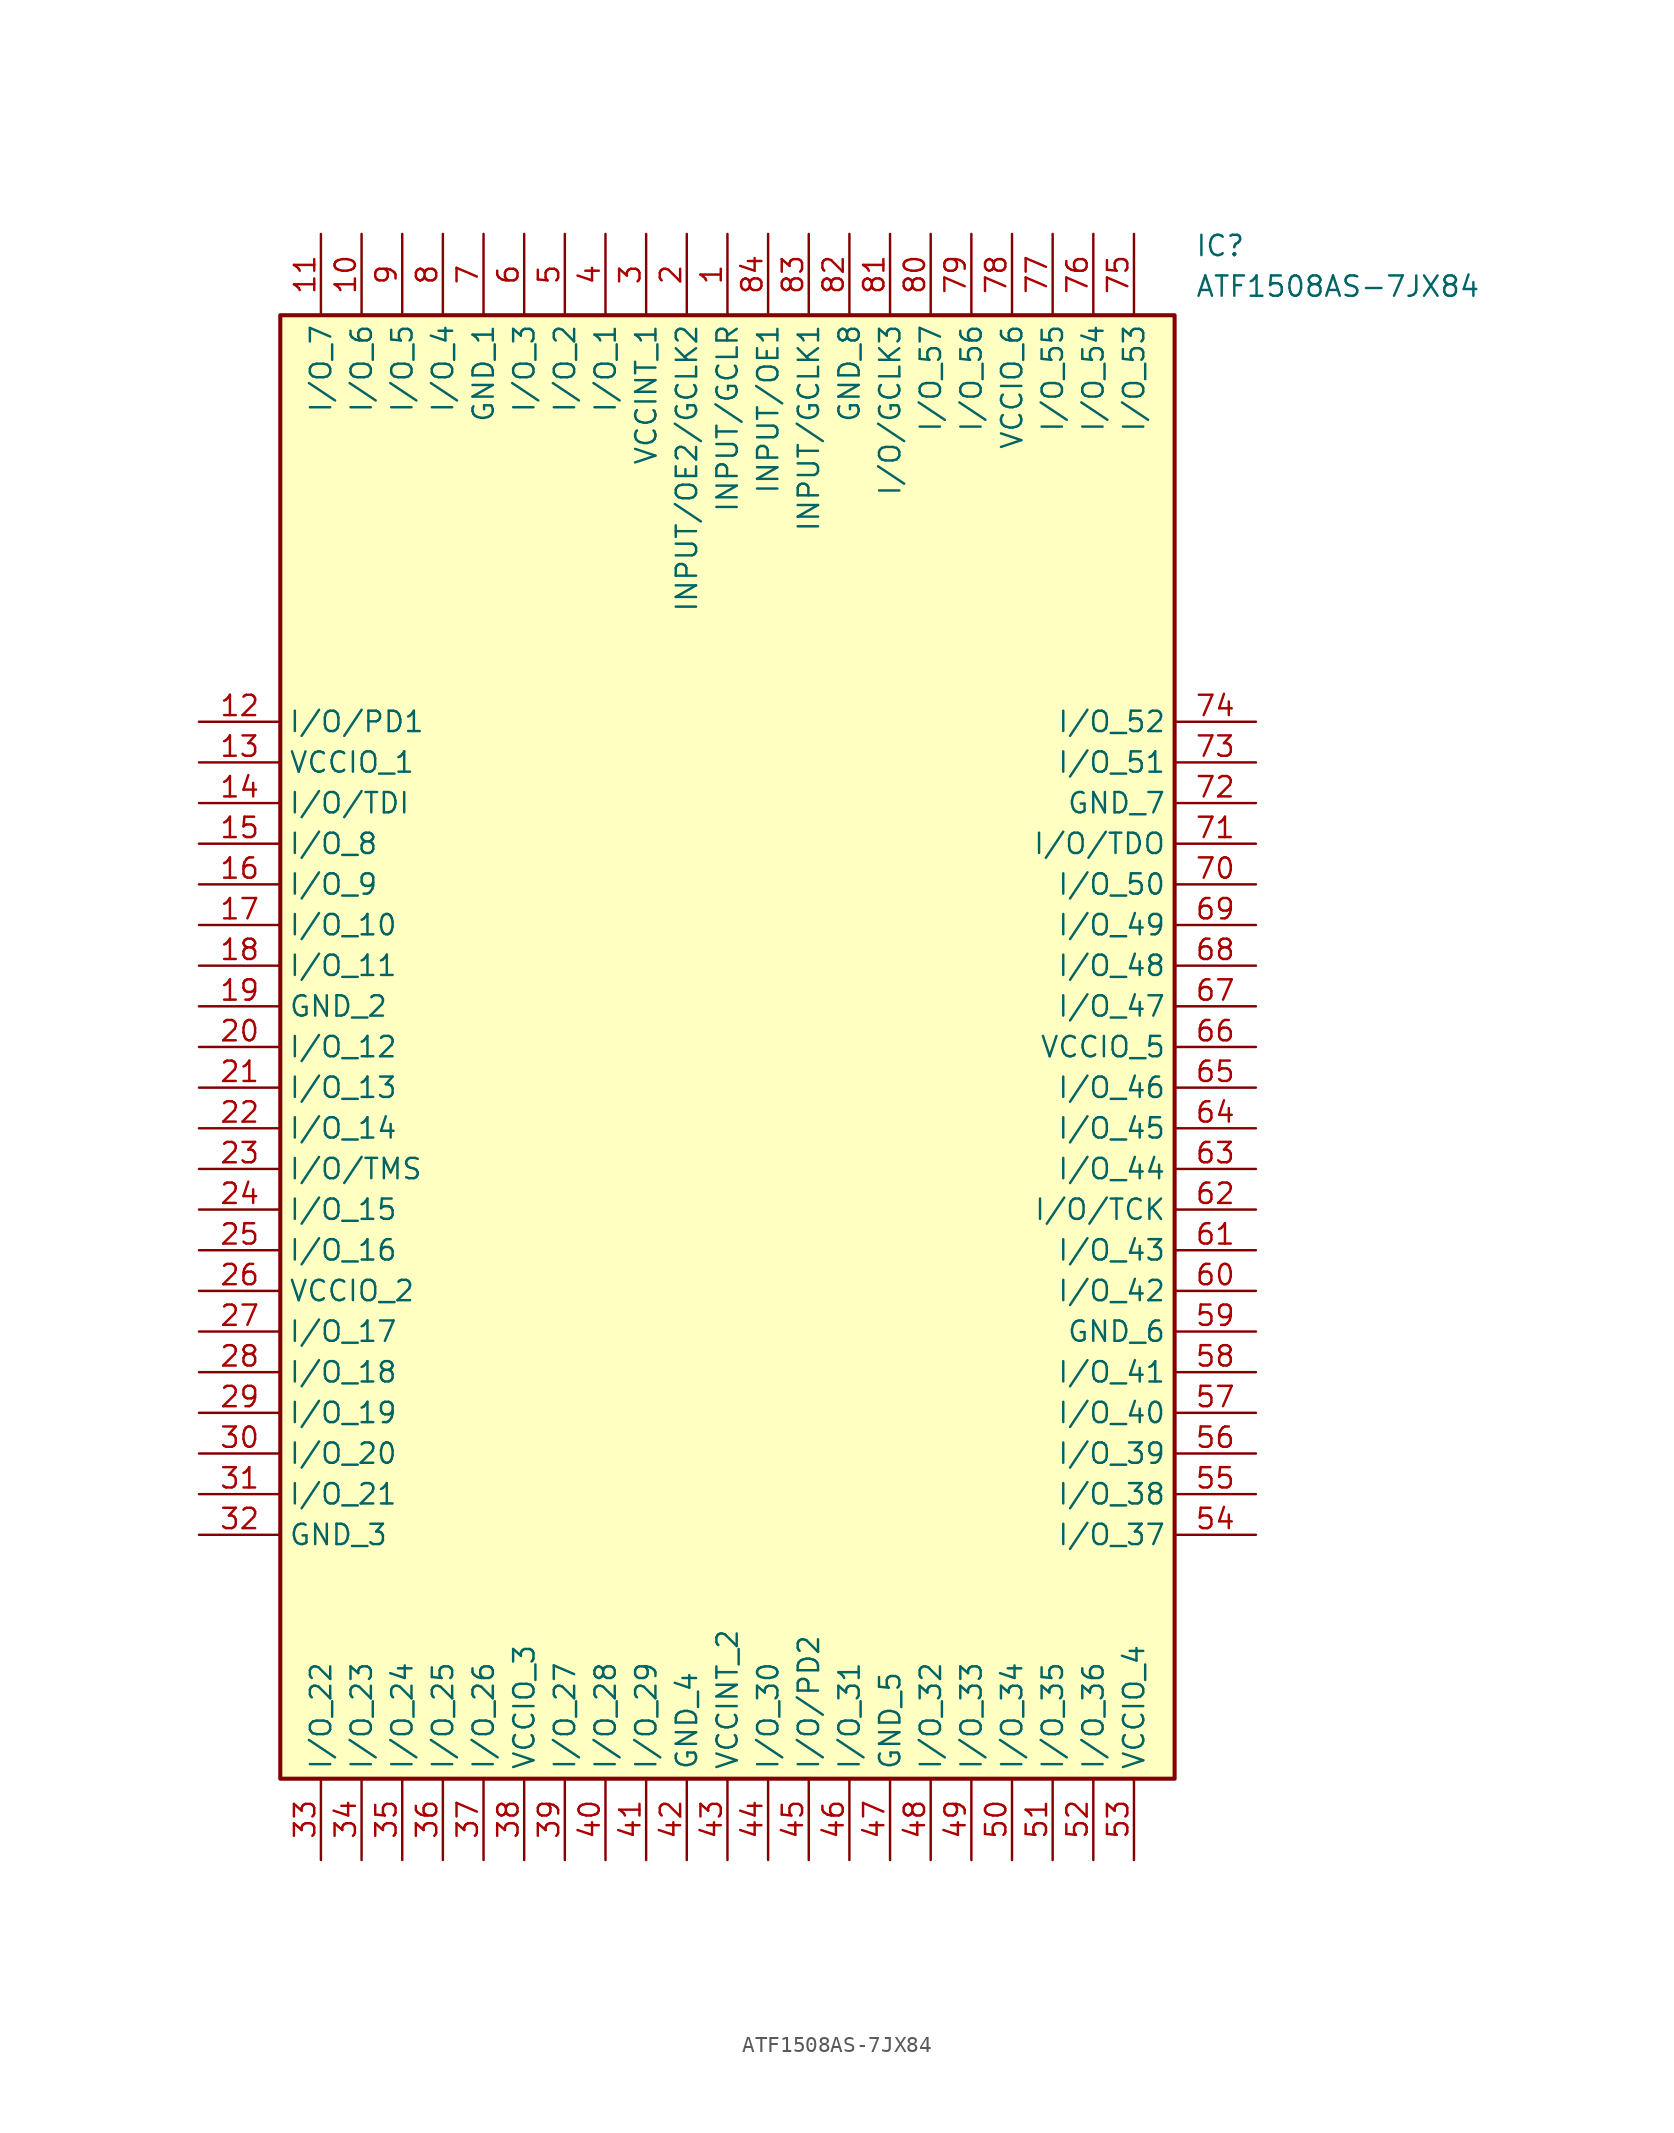
<source format=kicad_sym>
(kicad_symbol_lib
  (version 20211014)
  (generator SamacSys_ECAD_Model)
  (symbol "ATF1508AS-7JX84"
    (property "Reference" "IC"
      (at 62.23 30.48 0)
      (effects (font (size 1.27 1.27)) (justify left top)))
    (property "Value" "ATF1508AS-7JX84"
      (at 62.23 27.94 0)
      (effects (font (size 1.27 1.27)) (justify left top)))
    (rectangle
      (start 5.08 25.4)
      (end 60.96 -66.04)
      (stroke (width 0.254) (type default))
      (fill (type background)))
    (pin passive line
      (at 33.02 30.48 270)
      (length 5.08)
      (name "INPUT/GCLR" (effects (font (size 1.27 1.27))))
      (number "1" (effects (font (size 1.27 1.27)))))
    (pin passive line
      (at 30.48 30.48 270)
      (length 5.08)
      (name "INPUT/OE2/GCLK2" (effects (font (size 1.27 1.27))))
      (number "2" (effects (font (size 1.27 1.27)))))
    (pin passive line
      (at 27.94 30.48 270)
      (length 5.08)
      (name "VCCINT_1" (effects (font (size 1.27 1.27))))
      (number "3" (effects (font (size 1.27 1.27)))))
    (pin passive line
      (at 25.4 30.48 270)
      (length 5.08)
      (name "I/O_1" (effects (font (size 1.27 1.27))))
      (number "4" (effects (font (size 1.27 1.27)))))
    (pin passive line
      (at 22.86 30.48 270)
      (length 5.08)
      (name "I/O_2" (effects (font (size 1.27 1.27))))
      (number "5" (effects (font (size 1.27 1.27)))))
    (pin passive line
      (at 20.32 30.48 270)
      (length 5.08)
      (name "I/O_3" (effects (font (size 1.27 1.27))))
      (number "6" (effects (font (size 1.27 1.27)))))
    (pin passive line
      (at 17.78 30.48 270)
      (length 5.08)
      (name "GND_1" (effects (font (size 1.27 1.27))))
      (number "7" (effects (font (size 1.27 1.27)))))
    (pin passive line
      (at 15.24 30.48 270)
      (length 5.08)
      (name "I/O_4" (effects (font (size 1.27 1.27))))
      (number "8" (effects (font (size 1.27 1.27)))))
    (pin passive line
      (at 12.7 30.48 270)
      (length 5.08)
      (name "I/O_5" (effects (font (size 1.27 1.27))))
      (number "9" (effects (font (size 1.27 1.27)))))
    (pin passive line
      (at 10.16 30.48 270)
      (length 5.08)
      (name "I/O_6" (effects (font (size 1.27 1.27))))
      (number "10" (effects (font (size 1.27 1.27)))))
    (pin passive line
      (at 7.62 30.48 270)
      (length 5.08)
      (name "I/O_7" (effects (font (size 1.27 1.27))))
      (number "11" (effects (font (size 1.27 1.27)))))
    (pin passive line
      (at 0 0 0)
      (length 5.08)
      (name "I/O/PD1" (effects (font (size 1.27 1.27))))
      (number "12" (effects (font (size 1.27 1.27)))))
    (pin passive line
      (at 0 -2.54 0)
      (length 5.08)
      (name "VCCIO_1" (effects (font (size 1.27 1.27))))
      (number "13" (effects (font (size 1.27 1.27)))))
    (pin passive line
      (at 0 -5.08 0)
      (length 5.08)
      (name "I/O/TDI" (effects (font (size 1.27 1.27))))
      (number "14" (effects (font (size 1.27 1.27)))))
    (pin passive line
      (at 0 -7.62 0)
      (length 5.08)
      (name "I/O_8" (effects (font (size 1.27 1.27))))
      (number "15" (effects (font (size 1.27 1.27)))))
    (pin passive line
      (at 0 -10.16 0)
      (length 5.08)
      (name "I/O_9" (effects (font (size 1.27 1.27))))
      (number "16" (effects (font (size 1.27 1.27)))))
    (pin passive line
      (at 0 -12.7 0)
      (length 5.08)
      (name "I/O_10" (effects (font (size 1.27 1.27))))
      (number "17" (effects (font (size 1.27 1.27)))))
    (pin passive line
      (at 0 -15.24 0)
      (length 5.08)
      (name "I/O_11" (effects (font (size 1.27 1.27))))
      (number "18" (effects (font (size 1.27 1.27)))))
    (pin passive line
      (at 0 -17.78 0)
      (length 5.08)
      (name "GND_2" (effects (font (size 1.27 1.27))))
      (number "19" (effects (font (size 1.27 1.27)))))
    (pin passive line
      (at 0 -20.32 0)
      (length 5.08)
      (name "I/O_12" (effects (font (size 1.27 1.27))))
      (number "20" (effects (font (size 1.27 1.27)))))
    (pin passive line
      (at 0 -22.86 0)
      (length 5.08)
      (name "I/O_13" (effects (font (size 1.27 1.27))))
      (number "21" (effects (font (size 1.27 1.27)))))
    (pin passive line
      (at 0 -25.4 0)
      (length 5.08)
      (name "I/O_14" (effects (font (size 1.27 1.27))))
      (number "22" (effects (font (size 1.27 1.27)))))
    (pin passive line
      (at 0 -27.94 0)
      (length 5.08)
      (name "I/O/TMS" (effects (font (size 1.27 1.27))))
      (number "23" (effects (font (size 1.27 1.27)))))
    (pin passive line
      (at 0 -30.48 0)
      (length 5.08)
      (name "I/O_15" (effects (font (size 1.27 1.27))))
      (number "24" (effects (font (size 1.27 1.27)))))
    (pin passive line
      (at 0 -33.02 0)
      (length 5.08)
      (name "I/O_16" (effects (font (size 1.27 1.27))))
      (number "25" (effects (font (size 1.27 1.27)))))
    (pin passive line
      (at 0 -35.56 0)
      (length 5.08)
      (name "VCCIO_2" (effects (font (size 1.27 1.27))))
      (number "26" (effects (font (size 1.27 1.27)))))
    (pin passive line
      (at 0 -38.1 0)
      (length 5.08)
      (name "I/O_17" (effects (font (size 1.27 1.27))))
      (number "27" (effects (font (size 1.27 1.27)))))
    (pin passive line
      (at 0 -40.64 0)
      (length 5.08)
      (name "I/O_18" (effects (font (size 1.27 1.27))))
      (number "28" (effects (font (size 1.27 1.27)))))
    (pin passive line
      (at 0 -43.18 0)
      (length 5.08)
      (name "I/O_19" (effects (font (size 1.27 1.27))))
      (number "29" (effects (font (size 1.27 1.27)))))
    (pin passive line
      (at 0 -45.72 0)
      (length 5.08)
      (name "I/O_20" (effects (font (size 1.27 1.27))))
      (number "30" (effects (font (size 1.27 1.27)))))
    (pin passive line
      (at 0 -48.26 0)
      (length 5.08)
      (name "I/O_21" (effects (font (size 1.27 1.27))))
      (number "31" (effects (font (size 1.27 1.27)))))
    (pin passive line
      (at 0 -50.8 0)
      (length 5.08)
      (name "GND_3" (effects (font (size 1.27 1.27))))
      (number "32" (effects (font (size 1.27 1.27)))))
    (pin passive line
      (at 7.62 -71.12 90)
      (length 5.08)
      (name "I/O_22" (effects (font (size 1.27 1.27))))
      (number "33" (effects (font (size 1.27 1.27)))))
    (pin passive line
      (at 10.16 -71.12 90)
      (length 5.08)
      (name "I/O_23" (effects (font (size 1.27 1.27))))
      (number "34" (effects (font (size 1.27 1.27)))))
    (pin passive line
      (at 12.7 -71.12 90)
      (length 5.08)
      (name "I/O_24" (effects (font (size 1.27 1.27))))
      (number "35" (effects (font (size 1.27 1.27)))))
    (pin passive line
      (at 15.24 -71.12 90)
      (length 5.08)
      (name "I/O_25" (effects (font (size 1.27 1.27))))
      (number "36" (effects (font (size 1.27 1.27)))))
    (pin passive line
      (at 17.78 -71.12 90)
      (length 5.08)
      (name "I/O_26" (effects (font (size 1.27 1.27))))
      (number "37" (effects (font (size 1.27 1.27)))))
    (pin passive line
      (at 20.32 -71.12 90)
      (length 5.08)
      (name "VCCIO_3" (effects (font (size 1.27 1.27))))
      (number "38" (effects (font (size 1.27 1.27)))))
    (pin passive line
      (at 22.86 -71.12 90)
      (length 5.08)
      (name "I/O_27" (effects (font (size 1.27 1.27))))
      (number "39" (effects (font (size 1.27 1.27)))))
    (pin passive line
      (at 25.4 -71.12 90)
      (length 5.08)
      (name "I/O_28" (effects (font (size 1.27 1.27))))
      (number "40" (effects (font (size 1.27 1.27)))))
    (pin passive line
      (at 27.94 -71.12 90)
      (length 5.08)
      (name "I/O_29" (effects (font (size 1.27 1.27))))
      (number "41" (effects (font (size 1.27 1.27)))))
    (pin passive line
      (at 30.48 -71.12 90)
      (length 5.08)
      (name "GND_4" (effects (font (size 1.27 1.27))))
      (number "42" (effects (font (size 1.27 1.27)))))
    (pin passive line
      (at 33.02 -71.12 90)
      (length 5.08)
      (name "VCCINT_2" (effects (font (size 1.27 1.27))))
      (number "43" (effects (font (size 1.27 1.27)))))
    (pin passive line
      (at 35.56 -71.12 90)
      (length 5.08)
      (name "I/O_30" (effects (font (size 1.27 1.27))))
      (number "44" (effects (font (size 1.27 1.27)))))
    (pin passive line
      (at 38.1 -71.12 90)
      (length 5.08)
      (name "I/O/PD2" (effects (font (size 1.27 1.27))))
      (number "45" (effects (font (size 1.27 1.27)))))
    (pin passive line
      (at 40.64 -71.12 90)
      (length 5.08)
      (name "I/O_31" (effects (font (size 1.27 1.27))))
      (number "46" (effects (font (size 1.27 1.27)))))
    (pin passive line
      (at 43.18 -71.12 90)
      (length 5.08)
      (name "GND_5" (effects (font (size 1.27 1.27))))
      (number "47" (effects (font (size 1.27 1.27)))))
    (pin passive line
      (at 45.72 -71.12 90)
      (length 5.08)
      (name "I/O_32" (effects (font (size 1.27 1.27))))
      (number "48" (effects (font (size 1.27 1.27)))))
    (pin passive line
      (at 48.26 -71.12 90)
      (length 5.08)
      (name "I/O_33" (effects (font (size 1.27 1.27))))
      (number "49" (effects (font (size 1.27 1.27)))))
    (pin passive line
      (at 50.8 -71.12 90)
      (length 5.08)
      (name "I/O_34" (effects (font (size 1.27 1.27))))
      (number "50" (effects (font (size 1.27 1.27)))))
    (pin passive line
      (at 53.34 -71.12 90)
      (length 5.08)
      (name "I/O_35" (effects (font (size 1.27 1.27))))
      (number "51" (effects (font (size 1.27 1.27)))))
    (pin passive line
      (at 55.88 -71.12 90)
      (length 5.08)
      (name "I/O_36" (effects (font (size 1.27 1.27))))
      (number "52" (effects (font (size 1.27 1.27)))))
    (pin passive line
      (at 58.42 -71.12 90)
      (length 5.08)
      (name "VCCIO_4" (effects (font (size 1.27 1.27))))
      (number "53" (effects (font (size 1.27 1.27)))))
    (pin passive line
      (at 66.04 -50.8 180)
      (length 5.08)
      (name "I/O_37" (effects (font (size 1.27 1.27))))
      (number "54" (effects (font (size 1.27 1.27)))))
    (pin passive line
      (at 66.04 -48.26 180)
      (length 5.08)
      (name "I/O_38" (effects (font (size 1.27 1.27))))
      (number "55" (effects (font (size 1.27 1.27)))))
    (pin passive line
      (at 66.04 -45.72 180)
      (length 5.08)
      (name "I/O_39" (effects (font (size 1.27 1.27))))
      (number "56" (effects (font (size 1.27 1.27)))))
    (pin passive line
      (at 66.04 -43.18 180)
      (length 5.08)
      (name "I/O_40" (effects (font (size 1.27 1.27))))
      (number "57" (effects (font (size 1.27 1.27)))))
    (pin passive line
      (at 66.04 -40.64 180)
      (length 5.08)
      (name "I/O_41" (effects (font (size 1.27 1.27))))
      (number "58" (effects (font (size 1.27 1.27)))))
    (pin passive line
      (at 66.04 -38.1 180)
      (length 5.08)
      (name "GND_6" (effects (font (size 1.27 1.27))))
      (number "59" (effects (font (size 1.27 1.27)))))
    (pin passive line
      (at 66.04 -35.56 180)
      (length 5.08)
      (name "I/O_42" (effects (font (size 1.27 1.27))))
      (number "60" (effects (font (size 1.27 1.27)))))
    (pin passive line
      (at 66.04 -33.02 180)
      (length 5.08)
      (name "I/O_43" (effects (font (size 1.27 1.27))))
      (number "61" (effects (font (size 1.27 1.27)))))
    (pin passive line
      (at 66.04 -30.48 180)
      (length 5.08)
      (name "I/O/TCK" (effects (font (size 1.27 1.27))))
      (number "62" (effects (font (size 1.27 1.27)))))
    (pin passive line
      (at 66.04 -27.94 180)
      (length 5.08)
      (name "I/O_44" (effects (font (size 1.27 1.27))))
      (number "63" (effects (font (size 1.27 1.27)))))
    (pin passive line
      (at 66.04 -25.4 180)
      (length 5.08)
      (name "I/O_45" (effects (font (size 1.27 1.27))))
      (number "64" (effects (font (size 1.27 1.27)))))
    (pin passive line
      (at 66.04 -22.86 180)
      (length 5.08)
      (name "I/O_46" (effects (font (size 1.27 1.27))))
      (number "65" (effects (font (size 1.27 1.27)))))
    (pin passive line
      (at 66.04 -20.32 180)
      (length 5.08)
      (name "VCCIO_5" (effects (font (size 1.27 1.27))))
      (number "66" (effects (font (size 1.27 1.27)))))
    (pin passive line
      (at 66.04 -17.78 180)
      (length 5.08)
      (name "I/O_47" (effects (font (size 1.27 1.27))))
      (number "67" (effects (font (size 1.27 1.27)))))
    (pin passive line
      (at 66.04 -15.24 180)
      (length 5.08)
      (name "I/O_48" (effects (font (size 1.27 1.27))))
      (number "68" (effects (font (size 1.27 1.27)))))
    (pin passive line
      (at 66.04 -12.7 180)
      (length 5.08)
      (name "I/O_49" (effects (font (size 1.27 1.27))))
      (number "69" (effects (font (size 1.27 1.27)))))
    (pin passive line
      (at 66.04 -10.16 180)
      (length 5.08)
      (name "I/O_50" (effects (font (size 1.27 1.27))))
      (number "70" (effects (font (size 1.27 1.27)))))
    (pin passive line
      (at 66.04 -7.62 180)
      (length 5.08)
      (name "I/O/TDO" (effects (font (size 1.27 1.27))))
      (number "71" (effects (font (size 1.27 1.27)))))
    (pin passive line
      (at 66.04 -5.08 180)
      (length 5.08)
      (name "GND_7" (effects (font (size 1.27 1.27))))
      (number "72" (effects (font (size 1.27 1.27)))))
    (pin passive line
      (at 66.04 -2.54 180)
      (length 5.08)
      (name "I/O_51" (effects (font (size 1.27 1.27))))
      (number "73" (effects (font (size 1.27 1.27)))))
    (pin passive line
      (at 66.04 0 180)
      (length 5.08)
      (name "I/O_52" (effects (font (size 1.27 1.27))))
      (number "74" (effects (font (size 1.27 1.27)))))
    (pin passive line
      (at 58.42 30.48 270)
      (length 5.08)
      (name "I/O_53" (effects (font (size 1.27 1.27))))
      (number "75" (effects (font (size 1.27 1.27)))))
    (pin passive line
      (at 55.88 30.48 270)
      (length 5.08)
      (name "I/O_54" (effects (font (size 1.27 1.27))))
      (number "76" (effects (font (size 1.27 1.27)))))
    (pin passive line
      (at 53.34 30.48 270)
      (length 5.08)
      (name "I/O_55" (effects (font (size 1.27 1.27))))
      (number "77" (effects (font (size 1.27 1.27)))))
    (pin passive line
      (at 50.8 30.48 270)
      (length 5.08)
      (name "VCCIO_6" (effects (font (size 1.27 1.27))))
      (number "78" (effects (font (size 1.27 1.27)))))
    (pin passive line
      (at 48.26 30.48 270)
      (length 5.08)
      (name "I/O_56" (effects (font (size 1.27 1.27))))
      (number "79" (effects (font (size 1.27 1.27)))))
    (pin passive line
      (at 45.72 30.48 270)
      (length 5.08)
      (name "I/O_57" (effects (font (size 1.27 1.27))))
      (number "80" (effects (font (size 1.27 1.27)))))
    (pin passive line
      (at 43.18 30.48 270)
      (length 5.08)
      (name "I/O/GCLK3" (effects (font (size 1.27 1.27))))
      (number "81" (effects (font (size 1.27 1.27)))))
    (pin passive line
      (at 40.64 30.48 270)
      (length 5.08)
      (name "GND_8" (effects (font (size 1.27 1.27))))
      (number "82" (effects (font (size 1.27 1.27)))))
    (pin passive line
      (at 38.1 30.48 270)
      (length 5.08)
      (name "INPUT/GCLK1" (effects (font (size 1.27 1.27))))
      (number "83" (effects (font (size 1.27 1.27)))))
    (pin passive line
      (at 35.56 30.48 270)
      (length 5.08)
      (name "INPUT/OE1" (effects (font (size 1.27 1.27))))
      (number "84" (effects (font (size 1.27 1.27)))))))
</source>
